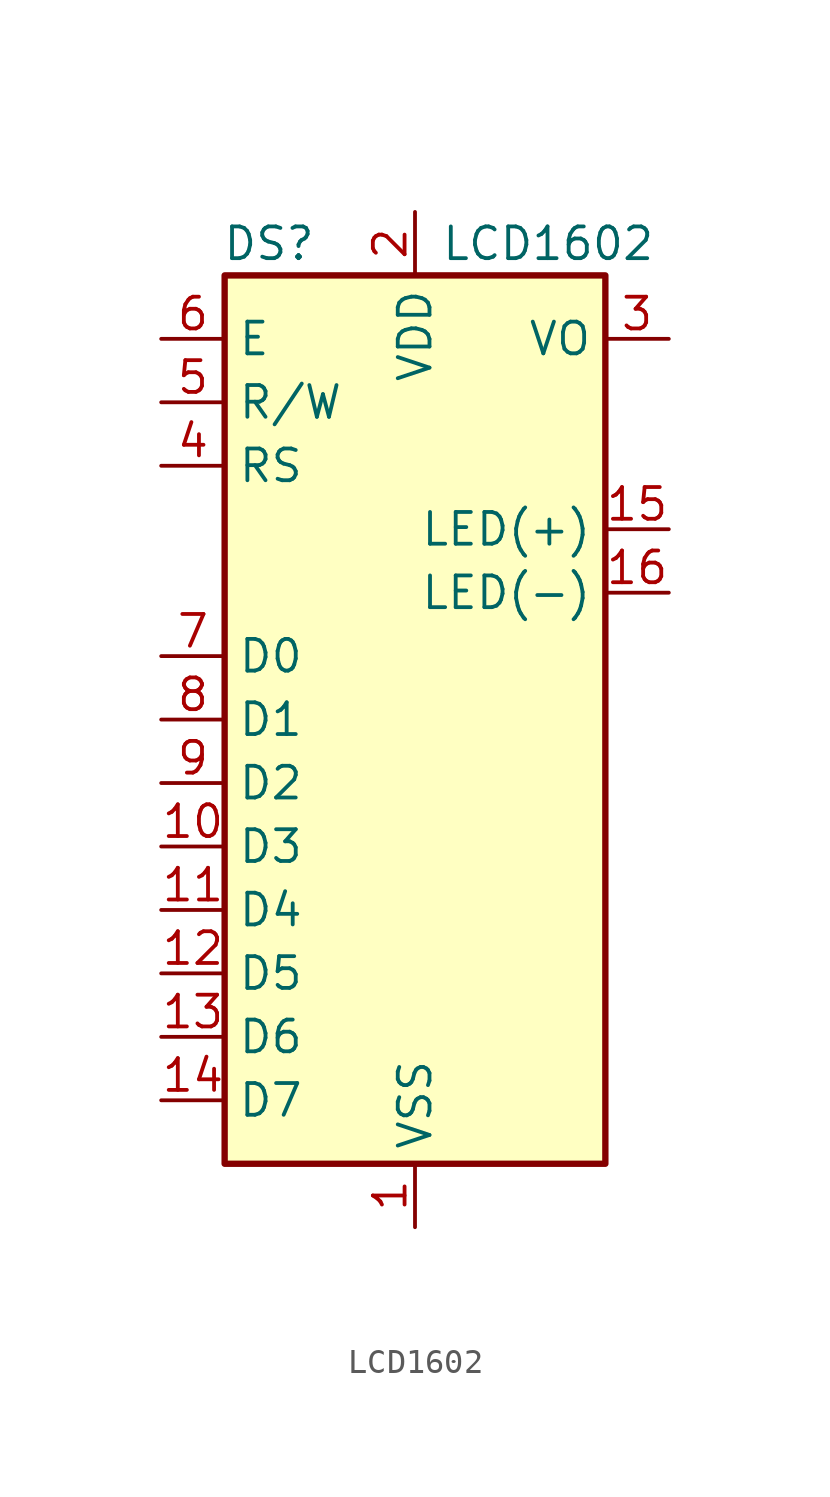
<source format=kicad_sym>
(kicad_symbol_lib
  (version 20231120)
  (generator "kicad_symbol_editor")
  (generator_version "8.0")
  (symbol "LCD1602"
    (property "Reference" "DS"
      (at -5.842 19.05 0)
      (effects (font (size 1.27 1.27))))
    (property "Value" "LCD1602"
      (at 5.334 19.05 0)
      (effects (font (size 1.27 1.27))))
    (symbol "LCD1602_1_1"
      (rectangle (start -7.62 17.78) (end 7.62 -17.78) (stroke (width 0.254) (type default)) (fill (type background)))
      (pin power_in line (at 0 -20.32 90) (length 2.54) (name "VSS" (effects (font (size 1.27 1.27)))) (number "1" (effects (font (size 1.27 1.27)))))
      (pin input line (at -10.16 -5.08 0) (length 2.54) (name "D3" (effects (font (size 1.27 1.27)))) (number "10" (effects (font (size 1.27 1.27)))))
      (pin input line (at -10.16 -7.62 0) (length 2.54) (name "D4" (effects (font (size 1.27 1.27)))) (number "11" (effects (font (size 1.27 1.27)))))
      (pin input line (at -10.16 -10.16 0) (length 2.54) (name "D5" (effects (font (size 1.27 1.27)))) (number "12" (effects (font (size 1.27 1.27)))))
      (pin input line (at -10.16 -12.7 0) (length 2.54) (name "D6" (effects (font (size 1.27 1.27)))) (number "13" (effects (font (size 1.27 1.27)))))
      (pin input line (at -10.16 -15.24 0) (length 2.54) (name "D7" (effects (font (size 1.27 1.27)))) (number "14" (effects (font (size 1.27 1.27)))))
      (pin power_in line (at 10.16 7.62 180) (length 2.54) (name "LED(+)" (effects (font (size 1.27 1.27)))) (number "15" (effects (font (size 1.27 1.27)))))
      (pin power_in line (at 10.16 5.08 180) (length 2.54) (name "LED(-)" (effects (font (size 1.27 1.27)))) (number "16" (effects (font (size 1.27 1.27)))))
      (pin power_in line (at 0 20.32 270) (length 2.54) (name "VDD" (effects (font (size 1.27 1.27)))) (number "2" (effects (font (size 1.27 1.27)))))
      (pin input line (at 10.16 15.24 180) (length 2.54) (name "VO" (effects (font (size 1.27 1.27)))) (number "3" (effects (font (size 1.27 1.27)))))
      (pin input line (at -10.16 10.16 0) (length 2.54) (name "RS" (effects (font (size 1.27 1.27)))) (number "4" (effects (font (size 1.27 1.27)))))
      (pin input line (at -10.16 12.7 0) (length 2.54) (name "R/W" (effects (font (size 1.27 1.27)))) (number "5" (effects (font (size 1.27 1.27)))))
      (pin input line (at -10.16 15.24 0) (length 2.54) (name "E" (effects (font (size 1.27 1.27)))) (number "6" (effects (font (size 1.27 1.27)))))
      (pin input line (at -10.16 2.54 0) (length 2.54) (name "D0" (effects (font (size 1.27 1.27)))) (number "7" (effects (font (size 1.27 1.27)))))
      (pin input line (at -10.16 0 0) (length 2.54) (name "D1" (effects (font (size 1.27 1.27)))) (number "8" (effects (font (size 1.27 1.27)))))
      (pin input line (at -10.16 -2.54 0) (length 2.54) (name "D2" (effects (font (size 1.27 1.27)))) (number "9" (effects (font (size 1.27 1.27))))))))
</source>
